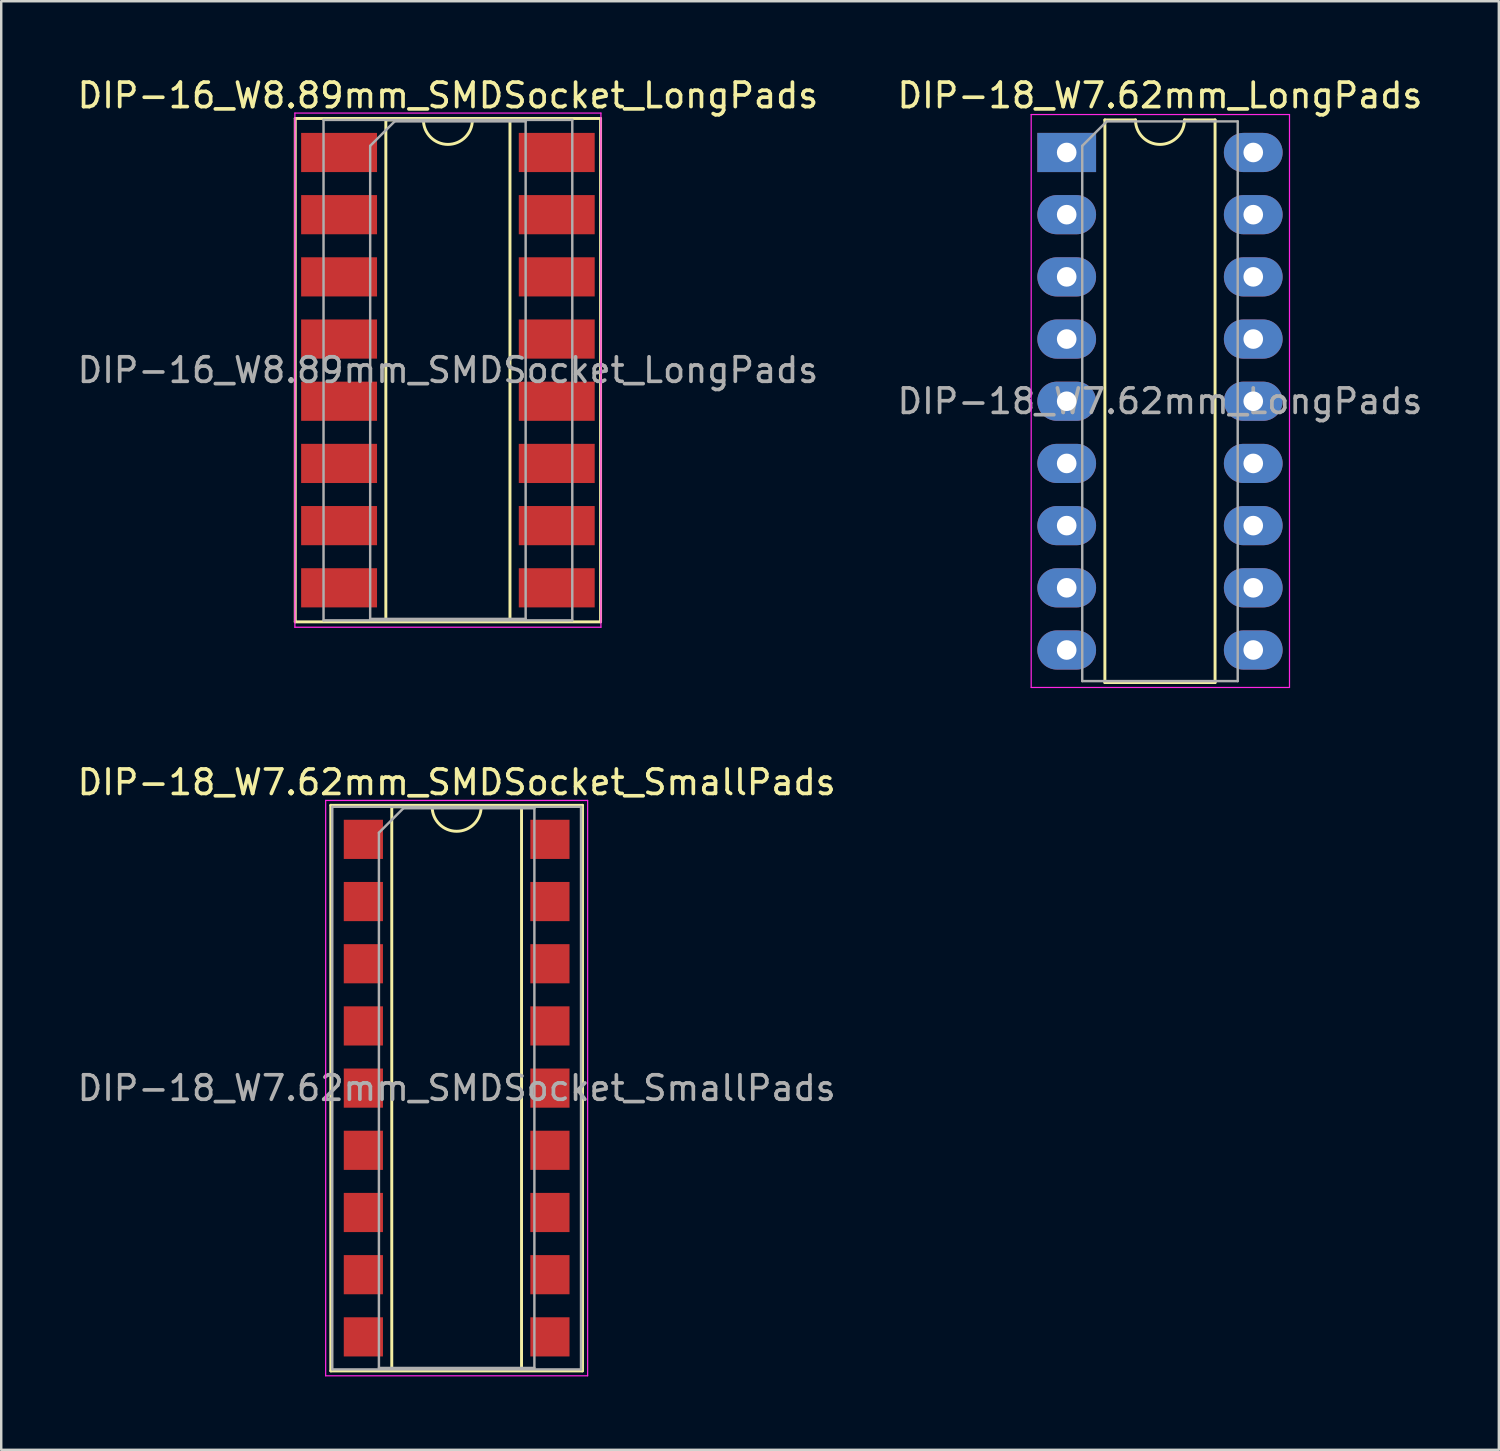
<source format=kicad_pcb>
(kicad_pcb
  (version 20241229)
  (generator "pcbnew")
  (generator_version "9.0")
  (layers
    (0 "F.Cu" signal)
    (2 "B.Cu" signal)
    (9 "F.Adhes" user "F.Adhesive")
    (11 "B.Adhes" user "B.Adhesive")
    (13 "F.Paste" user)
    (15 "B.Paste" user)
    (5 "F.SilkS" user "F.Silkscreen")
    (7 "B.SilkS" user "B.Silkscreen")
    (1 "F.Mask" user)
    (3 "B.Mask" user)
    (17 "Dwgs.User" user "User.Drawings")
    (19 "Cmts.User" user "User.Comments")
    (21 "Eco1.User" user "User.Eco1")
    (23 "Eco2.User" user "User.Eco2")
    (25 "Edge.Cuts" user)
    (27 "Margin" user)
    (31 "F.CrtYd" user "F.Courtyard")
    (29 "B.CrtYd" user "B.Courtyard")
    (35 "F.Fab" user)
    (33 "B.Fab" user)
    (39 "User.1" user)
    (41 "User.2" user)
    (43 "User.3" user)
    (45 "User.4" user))
  (footprint "DIP-18_W7.62mm_LongPads"
    (layer "F.Cu")
    (at 40.517 3.178)
    (property "Reference" "DIP-18_W7.62mm_LongPads" (at 3.81 -2.33 0) (layer "F.SilkS") (effects (font (size 1 1) (thickness 0.15))))
    (attr through_hole)
    (fp_line (start 1.56 -1.33) (end 1.56 21.65) (stroke (width 0.12) (type solid)) (layer "F.SilkS"))
    (fp_line (start 1.56 21.65) (end 6.06 21.65) (stroke (width 0.12) (type solid)) (layer "F.SilkS"))
    (fp_line (start 2.81 -1.33) (end 1.56 -1.33) (stroke (width 0.12) (type solid)) (layer "F.SilkS"))
    (fp_line (start 6.06 -1.33) (end 4.81 -1.33) (stroke (width 0.12) (type solid)) (layer "F.SilkS"))
    (fp_line (start 6.06 21.65) (end 6.06 -1.33) (stroke (width 0.12) (type solid)) (layer "F.SilkS"))
    (fp_arc (start 4.81 -1.33) (mid 3.81 -0.33) (end 2.81 -1.33) (stroke (width 0.12) (type solid)) (layer "F.SilkS"))
    (fp_line (start -1.45 -1.55) (end -1.45 21.85) (stroke (width 0.05) (type solid)) (layer "F.CrtYd"))
    (fp_line (start -1.45 21.85) (end 9.1 21.85) (stroke (width 0.05) (type solid)) (layer "F.CrtYd"))
    (fp_line (start 9.1 -1.55) (end -1.45 -1.55) (stroke (width 0.05) (type solid)) (layer "F.CrtYd"))
    (fp_line (start 9.1 21.85) (end 9.1 -1.55) (stroke (width 0.05) (type solid)) (layer "F.CrtYd"))
    (fp_line (start 0.635 -0.27) (end 1.635 -1.27) (stroke (width 0.1) (type solid)) (layer "F.Fab"))
    (fp_line (start 0.635 21.59) (end 0.635 -0.27) (stroke (width 0.1) (type solid)) (layer "F.Fab"))
    (fp_line (start 1.635 -1.27) (end 6.985 -1.27) (stroke (width 0.1) (type solid)) (layer "F.Fab"))
    (fp_line (start 6.985 -1.27) (end 6.985 21.59) (stroke (width 0.1) (type solid)) (layer "F.Fab"))
    (fp_line (start 6.985 21.59) (end 0.635 21.59) (stroke (width 0.1) (type solid)) (layer "F.Fab"))
    (fp_text user "${REFERENCE}" (at 3.81 10.16 0) (layer "F.Fab") (effects (font (size 1 1) (thickness 0.15))))
    (pad "1" thru_hole rect (at 0 0) (size 2.4 1.6) (drill 0.8) (layers "*.Cu" "*.Mask"))
    (pad "2" thru_hole oval (at 0 2.54) (size 2.4 1.6) (drill 0.8) (layers "*.Cu" "*.Mask"))
    (pad "3" thru_hole oval (at 0 5.08) (size 2.4 1.6) (drill 0.8) (layers "*.Cu" "*.Mask"))
    (pad "4" thru_hole oval (at 0 7.62) (size 2.4 1.6) (drill 0.8) (layers "*.Cu" "*.Mask"))
    (pad "5" thru_hole oval (at 0 10.16) (size 2.4 1.6) (drill 0.8) (layers "*.Cu" "*.Mask"))
    (pad "6" thru_hole oval (at 0 12.7) (size 2.4 1.6) (drill 0.8) (layers "*.Cu" "*.Mask"))
    (pad "7" thru_hole oval (at 0 15.24) (size 2.4 1.6) (drill 0.8) (layers "*.Cu" "*.Mask"))
    (pad "8" thru_hole oval (at 0 17.78) (size 2.4 1.6) (drill 0.8) (layers "*.Cu" "*.Mask"))
    (pad "9" thru_hole oval (at 0 20.32) (size 2.4 1.6) (drill 0.8) (layers "*.Cu" "*.Mask"))
    (pad "10" thru_hole oval (at 7.62 20.32) (size 2.4 1.6) (drill 0.8) (layers "*.Cu" "*.Mask"))
    (pad "11" thru_hole oval (at 7.62 17.78) (size 2.4 1.6) (drill 0.8) (layers "*.Cu" "*.Mask"))
    (pad "12" thru_hole oval (at 7.62 15.24) (size 2.4 1.6) (drill 0.8) (layers "*.Cu" "*.Mask"))
    (pad "13" thru_hole oval (at 7.62 12.7) (size 2.4 1.6) (drill 0.8) (layers "*.Cu" "*.Mask"))
    (pad "14" thru_hole oval (at 7.62 10.16) (size 2.4 1.6) (drill 0.8) (layers "*.Cu" "*.Mask"))
    (pad "15" thru_hole oval (at 7.62 7.62) (size 2.4 1.6) (drill 0.8) (layers "*.Cu" "*.Mask"))
    (pad "16" thru_hole oval (at 7.62 5.08) (size 2.4 1.6) (drill 0.8) (layers "*.Cu" "*.Mask"))
    (pad "17" thru_hole oval (at 7.62 2.54) (size 2.4 1.6) (drill 0.8) (layers "*.Cu" "*.Mask"))
    (pad "18" thru_hole oval (at 7.62 0) (size 2.4 1.6) (drill 0.8) (layers "*.Cu" "*.Mask")))
  (footprint "DIP-16_W8.89mm_SMDSocket_LongPads"
    (layer "F.Cu")
    (at 15.244 12.068)
    (property "Reference" "DIP-16_W8.89mm_SMDSocket_LongPads" (at 0 -11.22 0) (layer "F.SilkS") (effects (font (size 1 1) (thickness 0.15))))
    (attr smd)
    (fp_line (start -6.235 -10.28) (end -6.235 10.28) (stroke (width 0.12) (type solid)) (layer "F.SilkS"))
    (fp_line (start -6.235 10.28) (end 6.235 10.28) (stroke (width 0.12) (type solid)) (layer "F.SilkS"))
    (fp_line (start -2.535 -10.22) (end -2.535 10.22) (stroke (width 0.12) (type solid)) (layer "F.SilkS"))
    (fp_line (start -2.535 10.22) (end 2.535 10.22) (stroke (width 0.12) (type solid)) (layer "F.SilkS"))
    (fp_line (start -1 -10.22) (end -2.535 -10.22) (stroke (width 0.12) (type solid)) (layer "F.SilkS"))
    (fp_line (start 2.535 -10.22) (end 1 -10.22) (stroke (width 0.12) (type solid)) (layer "F.SilkS"))
    (fp_line (start 2.535 10.22) (end 2.535 -10.22) (stroke (width 0.12) (type solid)) (layer "F.SilkS"))
    (fp_line (start 6.235 -10.28) (end -6.235 -10.28) (stroke (width 0.12) (type solid)) (layer "F.SilkS"))
    (fp_line (start 6.235 10.28) (end 6.235 -10.28) (stroke (width 0.12) (type solid)) (layer "F.SilkS"))
    (fp_arc (start 1 -10.22) (mid 0 -9.22) (end -1 -10.22) (stroke (width 0.12) (type solid)) (layer "F.SilkS"))
    (fp_line (start -6.25 -10.5) (end -6.25 10.5) (stroke (width 0.05) (type solid)) (layer "F.CrtYd"))
    (fp_line (start -6.25 10.5) (end 6.25 10.5) (stroke (width 0.05) (type solid)) (layer "F.CrtYd"))
    (fp_line (start 6.25 -10.5) (end -6.25 -10.5) (stroke (width 0.05) (type solid)) (layer "F.CrtYd"))
    (fp_line (start 6.25 10.5) (end 6.25 -10.5) (stroke (width 0.05) (type solid)) (layer "F.CrtYd"))
    (fp_line (start -5.08 -10.22) (end -5.08 10.22) (stroke (width 0.1) (type solid)) (layer "F.Fab"))
    (fp_line (start -5.08 10.22) (end 5.08 10.22) (stroke (width 0.1) (type solid)) (layer "F.Fab"))
    (fp_line (start -3.175 -9.16) (end -2.175 -10.16) (stroke (width 0.1) (type solid)) (layer "F.Fab"))
    (fp_line (start -3.175 10.16) (end -3.175 -9.16) (stroke (width 0.1) (type solid)) (layer "F.Fab"))
    (fp_line (start -2.175 -10.16) (end 3.175 -10.16) (stroke (width 0.1) (type solid)) (layer "F.Fab"))
    (fp_line (start 3.175 -10.16) (end 3.175 10.16) (stroke (width 0.1) (type solid)) (layer "F.Fab"))
    (fp_line (start 3.175 10.16) (end -3.175 10.16) (stroke (width 0.1) (type solid)) (layer "F.Fab"))
    (fp_line (start 5.08 -10.22) (end -5.08 -10.22) (stroke (width 0.1) (type solid)) (layer "F.Fab"))
    (fp_line (start 5.08 10.22) (end 5.08 -10.22) (stroke (width 0.1) (type solid)) (layer "F.Fab"))
    (fp_text user "${REFERENCE}" (at 0 0 0) (layer "F.Fab") (effects (font (size 1 1) (thickness 0.15))))
    (pad "1" smd rect (at -4.445 -8.89) (size 3.1 1.6) (layers "F.Cu" "F.Mask" "F.Paste"))
    (pad "2" smd rect (at -4.445 -6.35) (size 3.1 1.6) (layers "F.Cu" "F.Mask" "F.Paste"))
    (pad "3" smd rect (at -4.445 -3.81) (size 3.1 1.6) (layers "F.Cu" "F.Mask" "F.Paste"))
    (pad "4" smd rect (at -4.445 -1.27) (size 3.1 1.6) (layers "F.Cu" "F.Mask" "F.Paste"))
    (pad "5" smd rect (at -4.445 1.27) (size 3.1 1.6) (layers "F.Cu" "F.Mask" "F.Paste"))
    (pad "6" smd rect (at -4.445 3.81) (size 3.1 1.6) (layers "F.Cu" "F.Mask" "F.Paste"))
    (pad "7" smd rect (at -4.445 6.35) (size 3.1 1.6) (layers "F.Cu" "F.Mask" "F.Paste"))
    (pad "8" smd rect (at -4.445 8.89) (size 3.1 1.6) (layers "F.Cu" "F.Mask" "F.Paste"))
    (pad "9" smd rect (at 4.445 8.89) (size 3.1 1.6) (layers "F.Cu" "F.Mask" "F.Paste"))
    (pad "10" smd rect (at 4.445 6.35) (size 3.1 1.6) (layers "F.Cu" "F.Mask" "F.Paste"))
    (pad "11" smd rect (at 4.445 3.81) (size 3.1 1.6) (layers "F.Cu" "F.Mask" "F.Paste"))
    (pad "12" smd rect (at 4.445 1.27) (size 3.1 1.6) (layers "F.Cu" "F.Mask" "F.Paste"))
    (pad "13" smd rect (at 4.445 -1.27) (size 3.1 1.6) (layers "F.Cu" "F.Mask" "F.Paste"))
    (pad "14" smd rect (at 4.445 -3.81) (size 3.1 1.6) (layers "F.Cu" "F.Mask" "F.Paste"))
    (pad "15" smd rect (at 4.445 -6.35) (size 3.1 1.6) (layers "F.Cu" "F.Mask" "F.Paste"))
    (pad "16" smd rect (at 4.445 -8.89) (size 3.1 1.6) (layers "F.Cu" "F.Mask" "F.Paste")))
  (footprint "DIP-18_W7.62mm_SMDSocket_SmallPads"
    (layer "F.Cu")
    (at 15.601 41.392)
    (property "Reference" "DIP-18_W7.62mm_SMDSocket_SmallPads" (at 0 -12.49 0) (layer "F.SilkS") (effects (font (size 1 1) (thickness 0.15))))
    (attr smd)
    (fp_line (start -5.14 -11.55) (end -5.14 11.55) (stroke (width 0.12) (type solid)) (layer "F.SilkS"))
    (fp_line (start -5.14 11.55) (end 5.14 11.55) (stroke (width 0.12) (type solid)) (layer "F.SilkS"))
    (fp_line (start -2.65 -11.49) (end -2.65 11.49) (stroke (width 0.12) (type solid)) (layer "F.SilkS"))
    (fp_line (start -2.65 11.49) (end 2.65 11.49) (stroke (width 0.12) (type solid)) (layer "F.SilkS"))
    (fp_line (start -1 -11.49) (end -2.65 -11.49) (stroke (width 0.12) (type solid)) (layer "F.SilkS"))
    (fp_line (start 2.65 -11.49) (end 1 -11.49) (stroke (width 0.12) (type solid)) (layer "F.SilkS"))
    (fp_line (start 2.65 11.49) (end 2.65 -11.49) (stroke (width 0.12) (type solid)) (layer "F.SilkS"))
    (fp_line (start 5.14 -11.55) (end -5.14 -11.55) (stroke (width 0.12) (type solid)) (layer "F.SilkS"))
    (fp_line (start 5.14 11.55) (end 5.14 -11.55) (stroke (width 0.12) (type solid)) (layer "F.SilkS"))
    (fp_arc (start 1 -11.49) (mid 0 -10.49) (end -1 -11.49) (stroke (width 0.12) (type solid)) (layer "F.SilkS"))
    (fp_line (start -5.35 -11.75) (end -5.35 11.75) (stroke (width 0.05) (type solid)) (layer "F.CrtYd"))
    (fp_line (start -5.35 11.75) (end 5.35 11.75) (stroke (width 0.05) (type solid)) (layer "F.CrtYd"))
    (fp_line (start 5.35 -11.75) (end -5.35 -11.75) (stroke (width 0.05) (type solid)) (layer "F.CrtYd"))
    (fp_line (start 5.35 11.75) (end 5.35 -11.75) (stroke (width 0.05) (type solid)) (layer "F.CrtYd"))
    (fp_line (start -5.08 -11.49) (end -5.08 11.49) (stroke (width 0.1) (type solid)) (layer "F.Fab"))
    (fp_line (start -5.08 11.49) (end 5.08 11.49) (stroke (width 0.1) (type solid)) (layer "F.Fab"))
    (fp_line (start -3.175 -10.43) (end -2.175 -11.43) (stroke (width 0.1) (type solid)) (layer "F.Fab"))
    (fp_line (start -3.175 11.43) (end -3.175 -10.43) (stroke (width 0.1) (type solid)) (layer "F.Fab"))
    (fp_line (start -2.175 -11.43) (end 3.175 -11.43) (stroke (width 0.1) (type solid)) (layer "F.Fab"))
    (fp_line (start 3.175 -11.43) (end 3.175 11.43) (stroke (width 0.1) (type solid)) (layer "F.Fab"))
    (fp_line (start 3.175 11.43) (end -3.175 11.43) (stroke (width 0.1) (type solid)) (layer "F.Fab"))
    (fp_line (start 5.08 -11.49) (end -5.08 -11.49) (stroke (width 0.1) (type solid)) (layer "F.Fab"))
    (fp_line (start 5.08 11.49) (end 5.08 -11.49) (stroke (width 0.1) (type solid)) (layer "F.Fab"))
    (fp_text user "${REFERENCE}" (at 0 0 0) (layer "F.Fab") (effects (font (size 1 1) (thickness 0.15))))
    (pad "1" smd rect (at -3.81 -10.16) (size 1.6 1.6) (layers "F.Cu" "F.Mask" "F.Paste"))
    (pad "2" smd rect (at -3.81 -7.62) (size 1.6 1.6) (layers "F.Cu" "F.Mask" "F.Paste"))
    (pad "3" smd rect (at -3.81 -5.08) (size 1.6 1.6) (layers "F.Cu" "F.Mask" "F.Paste"))
    (pad "4" smd rect (at -3.81 -2.54) (size 1.6 1.6) (layers "F.Cu" "F.Mask" "F.Paste"))
    (pad "5" smd rect (at -3.81 0) (size 1.6 1.6) (layers "F.Cu" "F.Mask" "F.Paste"))
    (pad "6" smd rect (at -3.81 2.54) (size 1.6 1.6) (layers "F.Cu" "F.Mask" "F.Paste"))
    (pad "7" smd rect (at -3.81 5.08) (size 1.6 1.6) (layers "F.Cu" "F.Mask" "F.Paste"))
    (pad "8" smd rect (at -3.81 7.62) (size 1.6 1.6) (layers "F.Cu" "F.Mask" "F.Paste"))
    (pad "9" smd rect (at -3.81 10.16) (size 1.6 1.6) (layers "F.Cu" "F.Mask" "F.Paste"))
    (pad "10" smd rect (at 3.81 10.16) (size 1.6 1.6) (layers "F.Cu" "F.Mask" "F.Paste"))
    (pad "11" smd rect (at 3.81 7.62) (size 1.6 1.6) (layers "F.Cu" "F.Mask" "F.Paste"))
    (pad "12" smd rect (at 3.81 5.08) (size 1.6 1.6) (layers "F.Cu" "F.Mask" "F.Paste"))
    (pad "13" smd rect (at 3.81 2.54) (size 1.6 1.6) (layers "F.Cu" "F.Mask" "F.Paste"))
    (pad "14" smd rect (at 3.81 0) (size 1.6 1.6) (layers "F.Cu" "F.Mask" "F.Paste"))
    (pad "15" smd rect (at 3.81 -2.54) (size 1.6 1.6) (layers "F.Cu" "F.Mask" "F.Paste"))
    (pad "16" smd rect (at 3.81 -5.08) (size 1.6 1.6) (layers "F.Cu" "F.Mask" "F.Paste"))
    (pad "17" smd rect (at 3.81 -7.62) (size 1.6 1.6) (layers "F.Cu" "F.Mask" "F.Paste"))
    (pad "18" smd rect (at 3.81 -10.16) (size 1.6 1.6) (layers "F.Cu" "F.Mask" "F.Paste")))
  (gr_rect
    (start -3 -3)
    (end 58.167 56.166)
    (stroke (width 0.1) (type default))
    (fill no)
    (layer "Edge.Cuts")))
</source>
